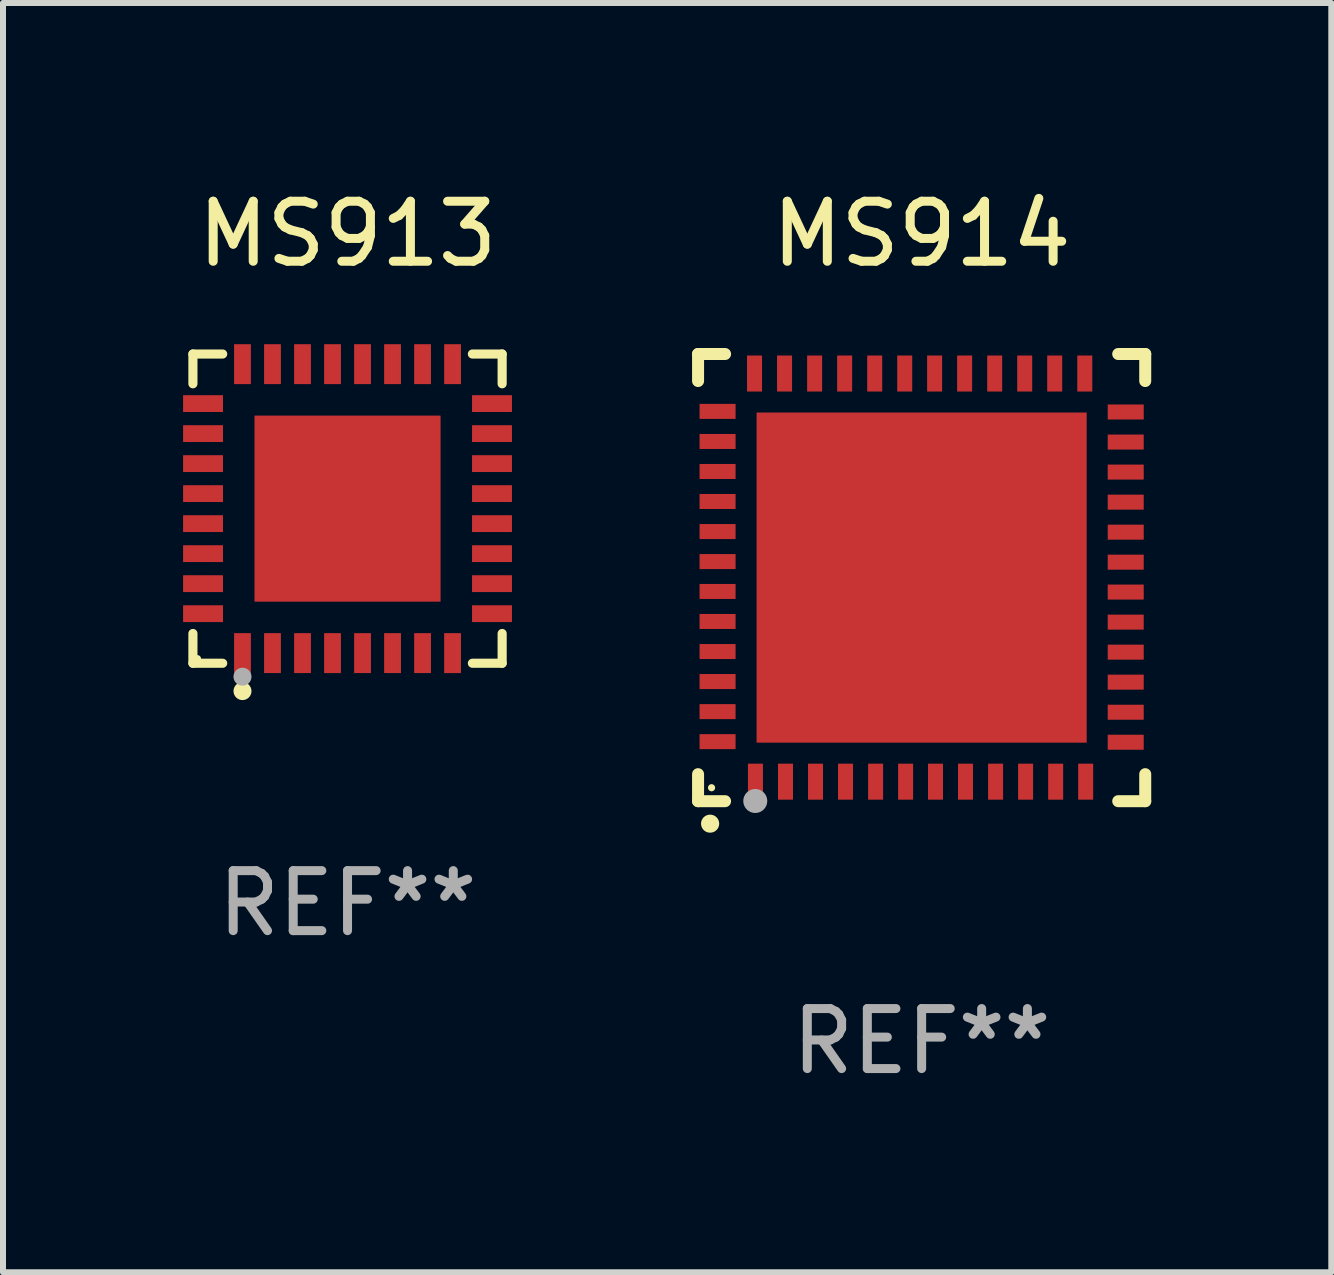
<source format=kicad_pcb>
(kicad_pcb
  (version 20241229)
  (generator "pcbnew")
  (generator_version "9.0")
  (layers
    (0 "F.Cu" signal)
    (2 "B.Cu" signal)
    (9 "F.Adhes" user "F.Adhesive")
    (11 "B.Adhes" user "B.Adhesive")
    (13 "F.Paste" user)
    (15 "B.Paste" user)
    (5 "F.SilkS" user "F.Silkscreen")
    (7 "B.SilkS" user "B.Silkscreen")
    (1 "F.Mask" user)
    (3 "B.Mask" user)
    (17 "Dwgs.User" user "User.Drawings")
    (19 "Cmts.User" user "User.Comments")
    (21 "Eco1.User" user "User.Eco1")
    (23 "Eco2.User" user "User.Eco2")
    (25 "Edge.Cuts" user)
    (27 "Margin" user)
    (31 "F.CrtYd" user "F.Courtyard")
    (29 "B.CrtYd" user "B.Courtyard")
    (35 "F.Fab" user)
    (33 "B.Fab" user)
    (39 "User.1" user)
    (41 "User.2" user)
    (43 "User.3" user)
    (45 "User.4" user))
  (footprint "MS913"
    (layer "F.Cu")
    (at 2.74 5.424)
    (property "Reference" "MS913" (at 0 -4.576 0) (layer "F.SilkS") (effects (font (size 1 1) (thickness 0.15))))
    (attr through_hole)
    (fp_line (start -2.576 -2.576) (end -2.08 -2.576) (stroke (width 0.152) (type solid)) (layer "F.SilkS"))
    (fp_line (start -2.576 -2.08) (end -2.576 -2.576) (stroke (width 0.152) (type solid)) (layer "F.SilkS"))
    (fp_line (start -2.576 2.08) (end -2.576 2.576) (stroke (width 0.152) (type solid)) (layer "F.SilkS"))
    (fp_line (start -2.576 2.576) (end -2.08 2.576) (stroke (width 0.152) (type solid)) (layer "F.SilkS"))
    (fp_line (start 2.576 -2.576) (end 2.08 -2.576) (stroke (width 0.152) (type solid)) (layer "F.SilkS"))
    (fp_line (start 2.576 -2.08) (end 2.576 -2.576) (stroke (width 0.152) (type solid)) (layer "F.SilkS"))
    (fp_line (start 2.576 2.08) (end 2.576 2.576) (stroke (width 0.152) (type solid)) (layer "F.SilkS"))
    (fp_line (start 2.576 2.576) (end 2.08 2.576) (stroke (width 0.152) (type solid)) (layer "F.SilkS"))
    (fp_circle (center -2.5 2.5) (end -2.47 2.5) (stroke (width 0.06) (type solid)) (fill no) (layer "F.SilkS"))
    (fp_circle (center -1.75 3.04) (end -1.675 3.04) (stroke (width 0.15) (type solid)) (fill no) (layer "F.SilkS"))
    (fp_circle (center -1.75 2.8) (end -1.675 2.8) (stroke (width 0.15) (type solid)) (fill no) (layer "F.Fab"))
    (fp_text user "REF**" (at 0 6.576 0) (layer "F.Fab") (effects (font (size 1 1) (thickness 0.15))))
    (pad "1" smd rect (at -1.75 2.407) (size 0.28 0.665) (layers "F.Cu" "F.Mask" "F.Paste"))
    (pad "2" smd rect (at -1.25 2.407) (size 0.28 0.665) (layers "F.Cu" "F.Mask" "F.Paste"))
    (pad "3" smd rect (at -0.75 2.407) (size 0.28 0.665) (layers "F.Cu" "F.Mask" "F.Paste"))
    (pad "4" smd rect (at -0.25 2.407) (size 0.28 0.665) (layers "F.Cu" "F.Mask" "F.Paste"))
    (pad "5" smd rect (at 0.25 2.407) (size 0.28 0.665) (layers "F.Cu" "F.Mask" "F.Paste"))
    (pad "6" smd rect (at 0.75 2.407) (size 0.28 0.665) (layers "F.Cu" "F.Mask" "F.Paste"))
    (pad "7" smd rect (at 1.25 2.407) (size 0.28 0.665) (layers "F.Cu" "F.Mask" "F.Paste"))
    (pad "8" smd rect (at 1.75 2.407) (size 0.28 0.665) (layers "F.Cu" "F.Mask" "F.Paste"))
    (pad "9" smd rect (at 2.407 1.75) (size 0.665 0.28) (layers "F.Cu" "F.Mask" "F.Paste"))
    (pad "10" smd rect (at 2.407 1.25) (size 0.665 0.28) (layers "F.Cu" "F.Mask" "F.Paste"))
    (pad "11" smd rect (at 2.407 0.75) (size 0.665 0.28) (layers "F.Cu" "F.Mask" "F.Paste"))
    (pad "12" smd rect (at 2.407 0.25) (size 0.665 0.28) (layers "F.Cu" "F.Mask" "F.Paste"))
    (pad "13" smd rect (at 2.407 -0.25) (size 0.665 0.28) (layers "F.Cu" "F.Mask" "F.Paste"))
    (pad "14" smd rect (at 2.407 -0.75) (size 0.665 0.28) (layers "F.Cu" "F.Mask" "F.Paste"))
    (pad "15" smd rect (at 2.407 -1.25) (size 0.665 0.28) (layers "F.Cu" "F.Mask" "F.Paste"))
    (pad "16" smd rect (at 2.407 -1.75) (size 0.665 0.28) (layers "F.Cu" "F.Mask" "F.Paste"))
    (pad "17" smd rect (at 1.75 -2.407) (size 0.28 0.665) (layers "F.Cu" "F.Mask" "F.Paste"))
    (pad "18" smd rect (at 1.25 -2.407) (size 0.28 0.665) (layers "F.Cu" "F.Mask" "F.Paste"))
    (pad "19" smd rect (at 0.75 -2.407) (size 0.28 0.665) (layers "F.Cu" "F.Mask" "F.Paste"))
    (pad "20" smd rect (at 0.25 -2.407) (size 0.28 0.665) (layers "F.Cu" "F.Mask" "F.Paste"))
    (pad "21" smd rect (at -0.25 -2.407) (size 0.28 0.665) (layers "F.Cu" "F.Mask" "F.Paste"))
    (pad "22" smd rect (at -0.75 -2.407) (size 0.28 0.665) (layers "F.Cu" "F.Mask" "F.Paste"))
    (pad "23" smd rect (at -1.25 -2.407) (size 0.28 0.665) (layers "F.Cu" "F.Mask" "F.Paste"))
    (pad "24" smd rect (at -1.75 -2.407) (size 0.28 0.665) (layers "F.Cu" "F.Mask" "F.Paste"))
    (pad "25" smd rect (at -2.407 -1.75) (size 0.665 0.28) (layers "F.Cu" "F.Mask" "F.Paste"))
    (pad "26" smd rect (at -2.407 -1.25) (size 0.665 0.28) (layers "F.Cu" "F.Mask" "F.Paste"))
    (pad "27" smd rect (at -2.407 -0.75) (size 0.665 0.28) (layers "F.Cu" "F.Mask" "F.Paste"))
    (pad "28" smd rect (at -2.407 -0.25) (size 0.665 0.28) (layers "F.Cu" "F.Mask" "F.Paste"))
    (pad "29" smd rect (at -2.407 0.25) (size 0.665 0.28) (layers "F.Cu" "F.Mask" "F.Paste"))
    (pad "30" smd rect (at -2.407 0.75) (size 0.665 0.28) (layers "F.Cu" "F.Mask" "F.Paste"))
    (pad "31" smd rect (at -2.407 1.25) (size 0.665 0.28) (layers "F.Cu" "F.Mask" "F.Paste"))
    (pad "32" smd rect (at -2.407 1.75) (size 0.665 0.28) (layers "F.Cu" "F.Mask" "F.Paste"))
    (pad "33" smd rect (at 0 0) (size 3.1 3.1) (layers "F.Cu" "F.Mask" "F.Paste")))
  (footprint "MS914"
    (layer "F.Cu")
    (at 12.305 6.573)
    (property "Reference" "MS914" (at 0 -5.725 0) (layer "F.SilkS") (effects (font (size 1 1) (thickness 0.15))))
    (attr through_hole)
    (fp_line (start -3.725 -3.725) (end -3.275 -3.725) (stroke (width 0.2) (type solid)) (layer "F.SilkS"))
    (fp_line (start -3.725 -3.275) (end -3.725 -3.725) (stroke (width 0.2) (type solid)) (layer "F.SilkS"))
    (fp_line (start -3.725 3.725) (end -3.725 3.275) (stroke (width 0.2) (type solid)) (layer "F.SilkS"))
    (fp_line (start -3.275 3.725) (end -3.725 3.725) (stroke (width 0.2) (type solid)) (layer "F.SilkS"))
    (fp_line (start 3.275 3.725) (end 3.725 3.725) (stroke (width 0.2) (type solid)) (layer "F.SilkS"))
    (fp_line (start 3.725 -3.725) (end 3.275 -3.725) (stroke (width 0.2) (type solid)) (layer "F.SilkS"))
    (fp_line (start 3.725 -3.275) (end 3.725 -3.725) (stroke (width 0.2) (type solid)) (layer "F.SilkS"))
    (fp_line (start 3.725 3.725) (end 3.725 3.275) (stroke (width 0.2) (type solid)) (layer "F.SilkS"))
    (fp_arc (start -3.525527 4.099568) (mid -3.524257 4.099563) (end -3.522987 4.099568) (stroke (width 0.3) (type solid)) (layer "F.SilkS"))
    (fp_circle (center -3.5 3.501) (end -3.47 3.501) (stroke (width 0.06) (type solid)) (fill no) (layer "F.SilkS"))
    (fp_circle (center -2.772 3.722) (end -2.672 3.722) (stroke (width 0.2) (type solid)) (fill no) (layer "F.Fab"))
    (fp_text user "REF**" (at 0 7.725 0) (layer "F.Fab") (effects (font (size 1 1) (thickness 0.15))))
    (pad "1" smd rect (at -2.769 3.4 180) (size 0.25 0.6) (layers "F.Cu" "F.Mask" "F.Paste"))
    (pad "2" smd rect (at -2.268 3.4 180) (size 0.25 0.6) (layers "F.Cu" "F.Mask" "F.Paste"))
    (pad "3" smd rect (at -1.768 3.4 180) (size 0.25 0.6) (layers "F.Cu" "F.Mask" "F.Paste"))
    (pad "4" smd rect (at -1.268 3.4 180) (size 0.25 0.6) (layers "F.Cu" "F.Mask" "F.Paste"))
    (pad "5" smd rect (at -0.767 3.4 180) (size 0.25 0.6) (layers "F.Cu" "F.Mask" "F.Paste"))
    (pad "6" smd rect (at -0.267 3.4 180) (size 0.25 0.6) (layers "F.Cu" "F.Mask" "F.Paste"))
    (pad "7" smd rect (at 0.231 3.4 180) (size 0.25 0.6) (layers "F.Cu" "F.Mask" "F.Paste"))
    (pad "8" smd rect (at 0.731 3.4 180) (size 0.25 0.6) (layers "F.Cu" "F.Mask" "F.Paste"))
    (pad "9" smd rect (at 1.232 3.4 180) (size 0.25 0.6) (layers "F.Cu" "F.Mask" "F.Paste"))
    (pad "10" smd rect (at 1.732 3.4 180) (size 0.25 0.6) (layers "F.Cu" "F.Mask" "F.Paste"))
    (pad "11" smd rect (at 2.233 3.4 180) (size 0.25 0.6) (layers "F.Cu" "F.Mask" "F.Paste"))
    (pad "12" smd rect (at 2.733 3.4 180) (size 0.25 0.6) (layers "F.Cu" "F.Mask" "F.Paste"))
    (pad "13" smd rect (at 3.4 2.743 90) (size 0.25 0.6) (layers "F.Cu" "F.Mask" "F.Paste"))
    (pad "14" smd rect (at 3.4 2.243 90) (size 0.25 0.6) (layers "F.Cu" "F.Mask" "F.Paste"))
    (pad "15" smd rect (at 3.4 1.742 90) (size 0.25 0.6) (layers "F.Cu" "F.Mask" "F.Paste"))
    (pad "16" smd rect (at 3.4 1.242 90) (size 0.25 0.6) (layers "F.Cu" "F.Mask" "F.Paste"))
    (pad "17" smd rect (at 3.4 0.742 90) (size 0.25 0.6) (layers "F.Cu" "F.Mask" "F.Paste"))
    (pad "18" smd rect (at 3.4 0.241 90) (size 0.25 0.6) (layers "F.Cu" "F.Mask" "F.Paste"))
    (pad "19" smd rect (at 3.4 -0.257 90) (size 0.25 0.6) (layers "F.Cu" "F.Mask" "F.Paste"))
    (pad "20" smd rect (at 3.4 -0.757 90) (size 0.25 0.6) (layers "F.Cu" "F.Mask" "F.Paste"))
    (pad "21" smd rect (at 3.4 -1.257 90) (size 0.25 0.6) (layers "F.Cu" "F.Mask" "F.Paste"))
    (pad "22" smd rect (at 3.4 -1.758 90) (size 0.25 0.6) (layers "F.Cu" "F.Mask" "F.Paste"))
    (pad "23" smd rect (at 3.4 -2.258 90) (size 0.25 0.6) (layers "F.Cu" "F.Mask" "F.Paste"))
    (pad "24" smd rect (at 3.4 -2.759 90) (size 0.25 0.6) (layers "F.Cu" "F.Mask" "F.Paste"))
    (pad "25" smd rect (at 2.718 -3.4 180) (size 0.25 0.6) (layers "F.Cu" "F.Mask" "F.Paste"))
    (pad "26" smd rect (at 2.217 -3.4 180) (size 0.25 0.6) (layers "F.Cu" "F.Mask" "F.Paste"))
    (pad "27" smd rect (at 1.717 -3.4 180) (size 0.25 0.6) (layers "F.Cu" "F.Mask" "F.Paste"))
    (pad "28" smd rect (at 1.217 -3.4 180) (size 0.25 0.6) (layers "F.Cu" "F.Mask" "F.Paste"))
    (pad "29" smd rect (at 0.716 -3.4 180) (size 0.25 0.6) (layers "F.Cu" "F.Mask" "F.Paste"))
    (pad "30" smd rect (at 0.216 -3.4 180) (size 0.25 0.6) (layers "F.Cu" "F.Mask" "F.Paste"))
    (pad "31" smd rect (at -0.282 -3.4 180) (size 0.25 0.6) (layers "F.Cu" "F.Mask" "F.Paste"))
    (pad "32" smd rect (at -0.782 -3.4 180) (size 0.25 0.6) (layers "F.Cu" "F.Mask" "F.Paste"))
    (pad "33" smd rect (at -1.283 -3.4 180) (size 0.25 0.6) (layers "F.Cu" "F.Mask" "F.Paste"))
    (pad "34" smd rect (at -1.783 -3.4 180) (size 0.25 0.6) (layers "F.Cu" "F.Mask" "F.Paste"))
    (pad "35" smd rect (at -2.284 -3.4 180) (size 0.25 0.6) (layers "F.Cu" "F.Mask" "F.Paste"))
    (pad "36" smd rect (at -2.784 -3.4 180) (size 0.25 0.6) (layers "F.Cu" "F.Mask" "F.Paste"))
    (pad "37" smd rect (at -3.4 -2.769 90) (size 0.25 0.6) (layers "F.Cu" "F.Mask" "F.Paste"))
    (pad "38" smd rect (at -3.4 -2.268 90) (size 0.25 0.6) (layers "F.Cu" "F.Mask" "F.Paste"))
    (pad "39" smd rect (at -3.4 -1.768 90) (size 0.25 0.6) (layers "F.Cu" "F.Mask" "F.Paste"))
    (pad "40" smd rect (at -3.4 -1.268 90) (size 0.25 0.6) (layers "F.Cu" "F.Mask" "F.Paste"))
    (pad "41" smd rect (at -3.4 -0.767 90) (size 0.25 0.6) (layers "F.Cu" "F.Mask" "F.Paste"))
    (pad "42" smd rect (at -3.4 -0.267 90) (size 0.25 0.6) (layers "F.Cu" "F.Mask" "F.Paste"))
    (pad "43" smd rect (at -3.4 0.231 90) (size 0.25 0.6) (layers "F.Cu" "F.Mask" "F.Paste"))
    (pad "44" smd rect (at -3.4 0.731 90) (size 0.25 0.6) (layers "F.Cu" "F.Mask" "F.Paste"))
    (pad "45" smd rect (at -3.4 1.232 90) (size 0.25 0.6) (layers "F.Cu" "F.Mask" "F.Paste"))
    (pad "46" smd rect (at -3.4 1.732 90) (size 0.25 0.6) (layers "F.Cu" "F.Mask" "F.Paste"))
    (pad "47" smd rect (at -3.4 2.233 90) (size 0.25 0.6) (layers "F.Cu" "F.Mask" "F.Paste"))
    (pad "48" smd rect (at -3.4 2.733 90) (size 0.25 0.6) (layers "F.Cu" "F.Mask" "F.Paste"))
    (pad "49" smd rect (at -0.000076 -0.000076 90) (size 5.5 5.5) (layers "F.Cu" "F.Mask" "F.Paste")))
  (gr_rect
    (start -3 -3)
    (end 19.13 18.146)
    (stroke (width 0.1) (type default))
    (fill no)
    (layer "Edge.Cuts")))
</source>
